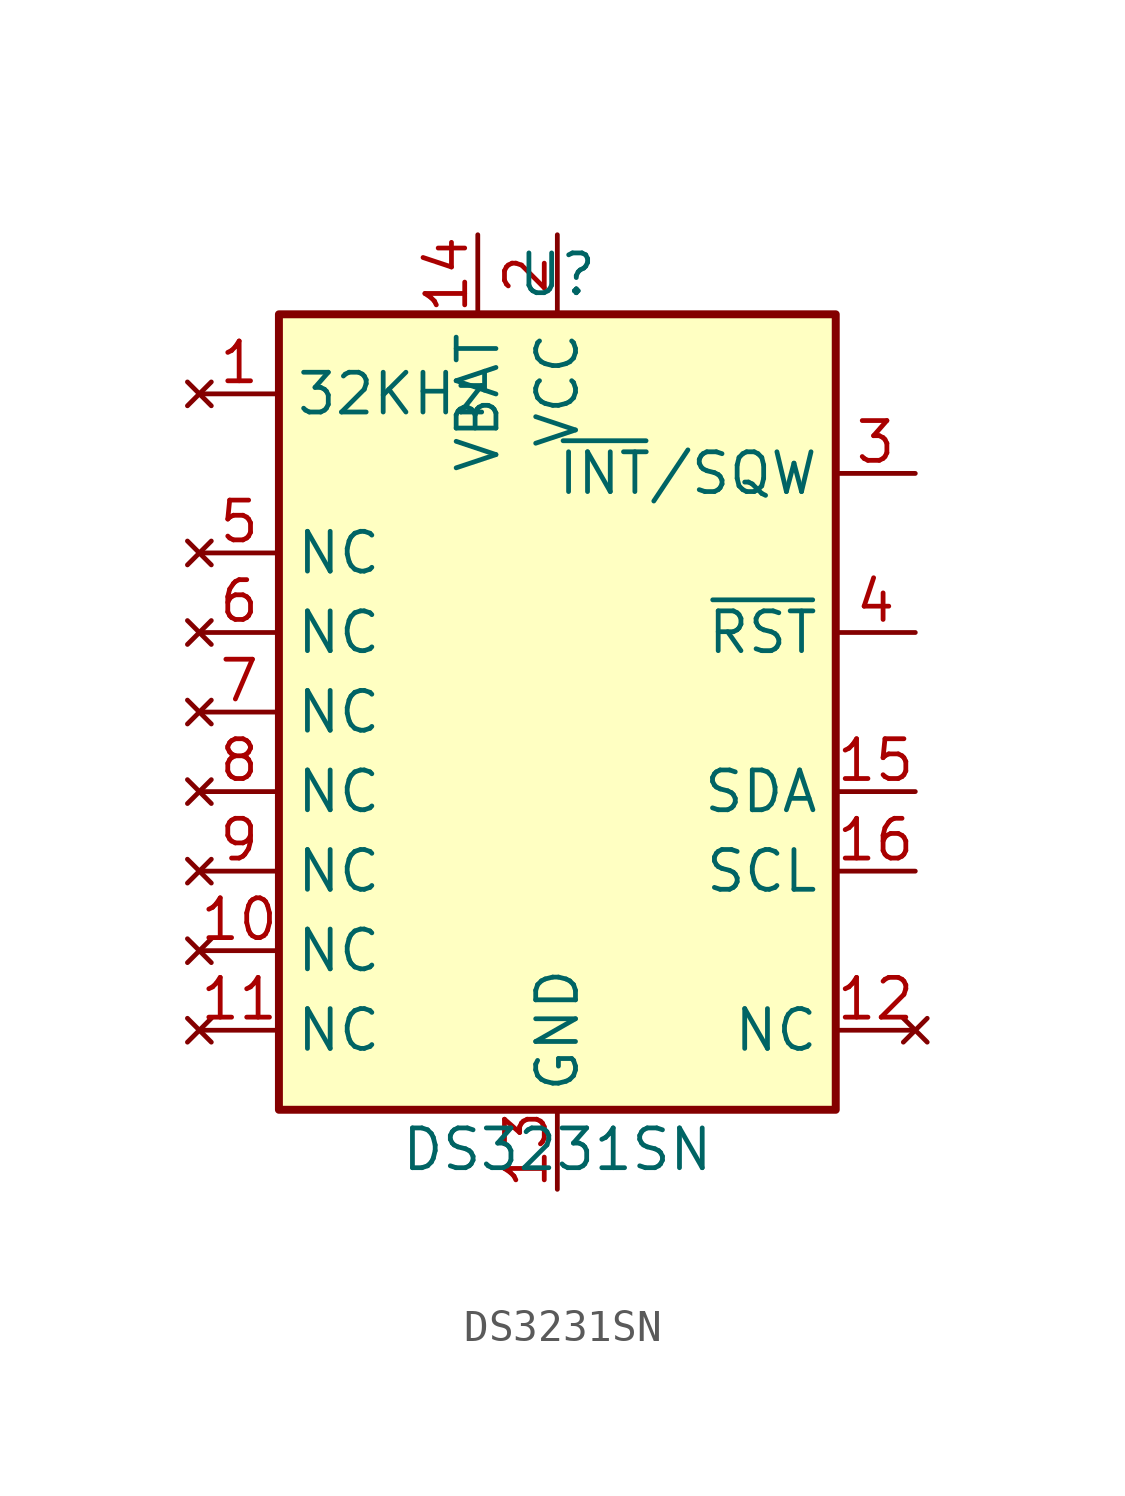
<source format=kicad_sym>
(kicad_symbol_lib
  (version 20231120)
  (generator "kicad_symbol_editor")
  (generator_version "8.0")
  (symbol "DS3231SN"
    (property "Reference" "U"
      (at 0 13.97 0)
      (effects (font (size 1.27 1.27))))
    (property "Value" "DS3231SN"
      (at 0 -13.97 0)
      (effects (font (size 1.27 1.27))))
    (symbol "DS3231SN_0_1"
      (rectangle (start -8.89 12.7) (end 8.89 -12.7) (stroke (width 0.254) (type default)) (fill (type background))))
    (symbol "DS3231SN_1_1"
      (pin no_connect line (at -11.43 10.16 0) (length 2.54) (name "32KHz" (effects (font (size 1.27 1.27)))) (number "1" (effects (font (size 1.27 1.27)))))
      (pin power_in line (at 0 15.24 270) (length 2.54) (name "VCC" (effects (font (size 1.27 1.27)))) (number "2" (effects (font (size 1.27 1.27)))))
      (pin open_collector line (at 11.43 7.62 180) (length 2.54) (name "~{INT}/SQW" (effects (font (size 1.27 1.27)))) (number "3" (effects (font (size 1.27 1.27)))))
      (pin input line (at 11.43 2.54 180) (length 2.54) (name "~{RST}" (effects (font (size 1.27 1.27)))) (number "4" (effects (font (size 1.27 1.27)))))
      (pin no_connect line (at -11.43 5.08 0) (length 2.54) (name "NC" (effects (font (size 1.27 1.27)))) (number "5" (effects (font (size 1.27 1.27)))))
      (pin no_connect line (at -11.43 2.54 0) (length 2.54) (name "NC" (effects (font (size 1.27 1.27)))) (number "6" (effects (font (size 1.27 1.27)))))
      (pin no_connect line (at -11.43 0 0) (length 2.54) (name "NC" (effects (font (size 1.27 1.27)))) (number "7" (effects (font (size 1.27 1.27)))))
      (pin no_connect line (at -11.43 -2.54 0) (length 2.54) (name "NC" (effects (font (size 1.27 1.27)))) (number "8" (effects (font (size 1.27 1.27)))))
      (pin no_connect line (at -11.43 -5.08 0) (length 2.54) (name "NC" (effects (font (size 1.27 1.27)))) (number "9" (effects (font (size 1.27 1.27)))))
      (pin no_connect line (at -11.43 -7.62 0) (length 2.54) (name "NC" (effects (font (size 1.27 1.27)))) (number "10" (effects (font (size 1.27 1.27)))))
      (pin no_connect line (at -11.43 -10.16 0) (length 2.54) (name "NC" (effects (font (size 1.27 1.27)))) (number "11" (effects (font (size 1.27 1.27)))))
      (pin no_connect line (at 11.43 -10.16 180) (length 2.54) (name "NC" (effects (font (size 1.27 1.27)))) (number "12" (effects (font (size 1.27 1.27)))))
      (pin power_in line (at 0 -15.24 90) (length 2.54) (name "GND" (effects (font (size 1.27 1.27)))) (number "13" (effects (font (size 1.27 1.27)))))
      (pin power_in line (at -2.54 15.24 270) (length 2.54) (name "VBAT" (effects (font (size 1.27 1.27)))) (number "14" (effects (font (size 1.27 1.27)))))
      (pin bidirectional line (at 11.43 -2.54 180) (length 2.54) (name "SDA" (effects (font (size 1.27 1.27)))) (number "15" (effects (font (size 1.27 1.27)))))
      (pin input line (at 11.43 -5.08 180) (length 2.54) (name "SCL" (effects (font (size 1.27 1.27)))) (number "16" (effects (font (size 1.27 1.27))))))))
</source>
